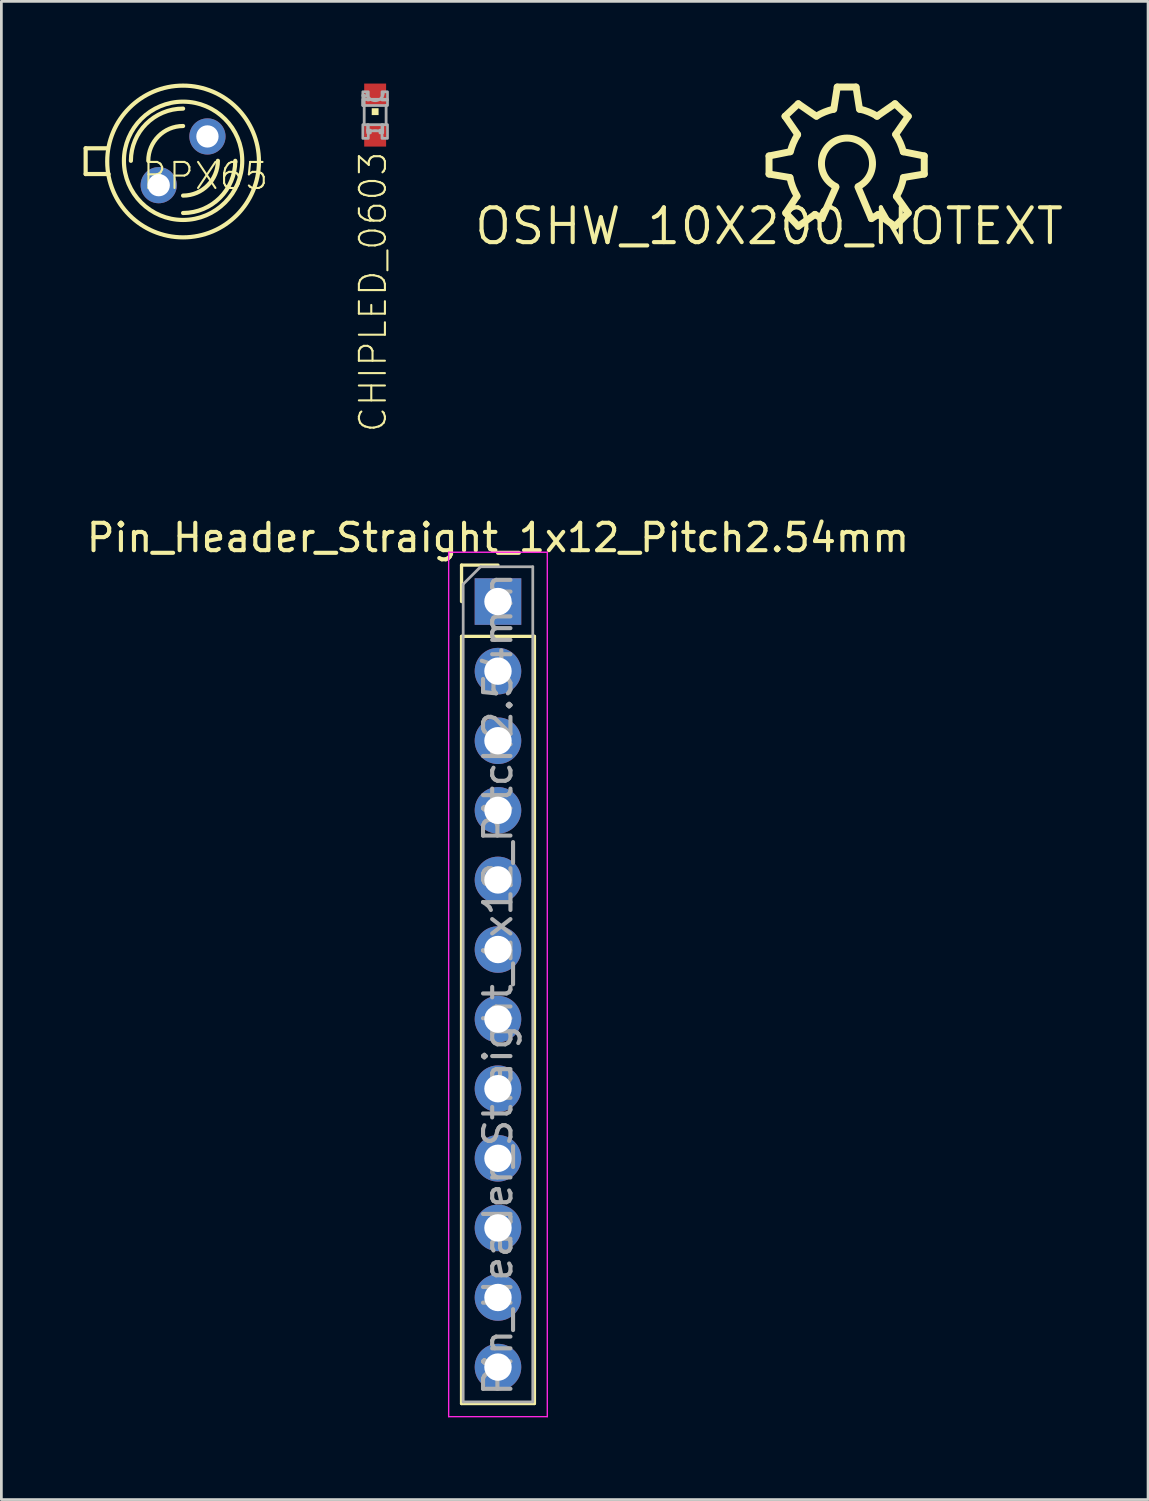
<source format=kicad_pcb>
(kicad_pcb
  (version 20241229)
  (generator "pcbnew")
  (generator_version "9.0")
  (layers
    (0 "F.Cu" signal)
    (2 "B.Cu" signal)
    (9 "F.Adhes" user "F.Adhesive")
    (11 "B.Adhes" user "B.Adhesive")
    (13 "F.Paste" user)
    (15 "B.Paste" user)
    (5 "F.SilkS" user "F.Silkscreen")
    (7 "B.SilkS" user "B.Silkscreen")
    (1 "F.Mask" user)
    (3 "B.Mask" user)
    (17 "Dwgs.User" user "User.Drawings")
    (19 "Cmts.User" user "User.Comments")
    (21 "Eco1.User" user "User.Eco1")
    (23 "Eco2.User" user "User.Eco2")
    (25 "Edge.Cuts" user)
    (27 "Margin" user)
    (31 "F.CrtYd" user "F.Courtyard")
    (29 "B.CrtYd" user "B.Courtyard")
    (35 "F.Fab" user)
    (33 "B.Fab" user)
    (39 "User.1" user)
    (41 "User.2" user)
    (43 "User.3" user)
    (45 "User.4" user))
  (footprint "OSHW_10X200_NOTEXT"
    (layer "F.Cu")
    (at 25.018 5.207)
    (property "Reference" "OSHW_10X200_NOTEXT" (at 0 0 0) (layer "F.SilkS") (effects (font (size 1.27 1.27) (thickness 0.15))))
    (attr through_hole)
    (fp_line (start 0 -2.565) (end 0.762 -2.718) (stroke (width 0.254) (type solid)) (layer "F.SilkS"))
    (fp_line (start 0 -1.905) (end 0 -2.565) (stroke (width 0.254) (type solid)) (layer "F.SilkS"))
    (fp_line (start 0.584 -4.013) (end 1.067 -4.47) (stroke (width 0.254) (type solid)) (layer "F.SilkS"))
    (fp_line (start 0.61 -0.483) (end 1.016 -1.092) (stroke (width 0.254) (type solid)) (layer "F.SilkS"))
    (fp_line (start 0.762 -1.778) (end 0 -1.905) (stroke (width 0.254) (type solid)) (layer "F.SilkS"))
    (fp_line (start 1.041 -3.353) (end 0.584 -4.013) (stroke (width 0.254) (type solid)) (layer "F.SilkS"))
    (fp_line (start 1.067 -4.47) (end 1.727 -4.013) (stroke (width 0.254) (type solid)) (layer "F.SilkS"))
    (fp_line (start 1.067 0) (end 0.61 -0.483) (stroke (width 0.254) (type solid)) (layer "F.SilkS"))
    (fp_line (start 1.676 -0.432) (end 1.067 0) (stroke (width 0.254) (type solid)) (layer "F.SilkS"))
    (fp_line (start 1.93 -0.279) (end 1.676 -0.432) (stroke (width 0.254) (type solid)) (layer "F.SilkS"))
    (fp_line (start 2.362 -4.267) (end 2.489 -5.08) (stroke (width 0.254) (type solid)) (layer "F.SilkS"))
    (fp_line (start 2.438 -1.422) (end 1.93 -0.279) (stroke (width 0.254) (type solid)) (layer "F.SilkS"))
    (fp_line (start 2.489 -5.08) (end 3.175 -5.08) (stroke (width 0.254) (type solid)) (layer "F.SilkS"))
    (fp_line (start 3.175 -5.08) (end 3.302 -4.267) (stroke (width 0.254) (type solid)) (layer "F.SilkS"))
    (fp_line (start 3.734 -0.279) (end 3.251 -1.422) (stroke (width 0.254) (type solid)) (layer "F.SilkS"))
    (fp_line (start 3.937 -4.013) (end 4.597 -4.47) (stroke (width 0.254) (type solid)) (layer "F.SilkS"))
    (fp_line (start 3.988 -0.432) (end 3.734 -0.279) (stroke (width 0.254) (type solid)) (layer "F.SilkS"))
    (fp_line (start 4.597 -4.47) (end 5.08 -4.013) (stroke (width 0.254) (type solid)) (layer "F.SilkS"))
    (fp_line (start 4.597 0) (end 3.988 -0.432) (stroke (width 0.254) (type solid)) (layer "F.SilkS"))
    (fp_line (start 4.648 -1.092) (end 5.08 -0.483) (stroke (width 0.254) (type solid)) (layer "F.SilkS"))
    (fp_line (start 4.902 -2.718) (end 5.664 -2.565) (stroke (width 0.254) (type solid)) (layer "F.SilkS"))
    (fp_line (start 5.08 -4.013) (end 4.623 -3.353) (stroke (width 0.254) (type solid)) (layer "F.SilkS"))
    (fp_line (start 5.08 -0.483) (end 4.597 0) (stroke (width 0.254) (type solid)) (layer "F.SilkS"))
    (fp_line (start 5.664 -2.565) (end 5.664 -1.905) (stroke (width 0.254) (type solid)) (layer "F.SilkS"))
    (fp_line (start 5.664 -1.905) (end 4.902 -1.778) (stroke (width 0.254) (type solid)) (layer "F.SilkS"))
    (fp_arc (start 0.7779 -2.7179) (mid 0.885744 -3.039218) (end 1.0435 -3.3392) (stroke (width 0.254) (type solid)) (layer "F.SilkS"))
    (fp_arc (start 1.0245 -1.1004) (mid 0.865117 -1.425978) (end 0.7637 -1.774) (stroke (width 0.254) (type solid)) (layer "F.SilkS"))
    (fp_arc (start 1.736 -4.0223) (mid 2.029987 -4.16927) (end 2.3432 -4.2689) (stroke (width 0.254) (type solid)) (layer "F.SilkS"))
    (fp_arc (start 2.4384 -1.4478) (mid 2.8448 -3.217524) (end 3.251199 -1.4478) (stroke (width 0.254) (type solid)) (layer "F.SilkS"))
    (fp_arc (start 3.3155 -4.2736) (mid 3.64128 -4.170999) (end 3.9464 -4.0175) (stroke (width 0.254) (type solid)) (layer "F.SilkS"))
    (fp_arc (start 4.6199 -3.3487) (mid 4.786428 -3.045111) (end 4.8997 -2.7179) (stroke (width 0.254) (type solid)) (layer "F.SilkS"))
    (fp_arc (start 4.9045 -1.7692) (mid 4.806636 -1.418653) (end 4.6484 -1.0909) (stroke (width 0.254) (type solid)) (layer "F.SilkS")))
  (footprint "CHIPLED_0603"
    (layer "F.Cu")
    (at 10.642 1.15)
    (property "Reference" "CHIPLED_0603" (at -0.635 1.27 90) (layer "F.SilkS") (effects (font (size 0.95 0.95) (thickness 0.076)) (justify right top)))
    (attr through_hole)
    (fp_poly (pts (xy -0.125 0) (xy 0.125 0) (xy 0.125 -0.25) (xy -0.125 -0.25)) (stroke (width 0) (type solid)) (fill yes) (layer "F.SilkS"))
    (fp_line (start -0.4 -0.375) (end -0.4 0.35) (stroke (width 0.102) (type solid)) (layer "F.Fab"))
    (fp_line (start 0.4 -0.35) (end 0.4 0.35) (stroke (width 0.102) (type solid)) (layer "F.Fab"))
    (fp_arc (start -0.275 0.825) (mid 0 0.55) (end 0.275 0.825) (stroke (width 0.0508) (type solid)) (layer "F.Fab"))
    (fp_arc (start 0.3 -0.825) (mid 0 -0.525) (end -0.3 -0.825) (stroke (width 0.1016) (type solid)) (layer "F.Fab"))
    (fp_circle (center -0.35 -0.625) (end -0.275 -0.625) (stroke (width 0.051) (type solid)) (fill no) (layer "F.Fab"))
    (fp_poly (pts (xy -0.45 -0.7) (xy -0.25 -0.7) (xy -0.25 -0.85) (xy -0.45 -0.85)) (stroke (width 0.1) (type solid)) (fill no) (layer "F.Fab"))
    (fp_poly (pts (xy -0.45 -0.35) (xy -0.4 -0.35) (xy -0.4 -0.725) (xy -0.45 -0.725)) (stroke (width 0.1) (type solid)) (fill no) (layer "F.Fab"))
    (fp_poly (pts (xy -0.45 -0.35) (xy 0.45 -0.35) (xy 0.45 -0.575) (xy -0.45 -0.575)) (stroke (width 0.1) (type solid)) (fill no) (layer "F.Fab"))
    (fp_poly (pts (xy -0.45 0.85) (xy -0.25 0.85) (xy -0.25 0.35) (xy -0.45 0.35)) (stroke (width 0.1) (type solid)) (fill no) (layer "F.Fab"))
    (fp_poly (pts (xy -0.275 -0.55) (xy -0.225 -0.55) (xy -0.225 -0.6) (xy -0.275 -0.6)) (stroke (width 0.1) (type solid)) (fill no) (layer "F.Fab"))
    (fp_poly (pts (xy -0.275 0.575) (xy 0.275 0.575) (xy 0.275 0.35) (xy -0.275 0.35)) (stroke (width 0.1) (type solid)) (fill no) (layer "F.Fab"))
    (fp_poly (pts (xy -0.275 0.65) (xy -0.175 0.65) (xy -0.175 0.55) (xy -0.275 0.55)) (stroke (width 0.1) (type solid)) (fill no) (layer "F.Fab"))
    (fp_poly (pts (xy 0.175 0.65) (xy 0.275 0.65) (xy 0.275 0.55) (xy 0.175 0.55)) (stroke (width 0.1) (type solid)) (fill no) (layer "F.Fab"))
    (fp_poly (pts (xy 0.25 -0.55) (xy 0.45 -0.55) (xy 0.45 -0.85) (xy 0.25 -0.85)) (stroke (width 0.1) (type solid)) (fill no) (layer "F.Fab"))
    (fp_poly (pts (xy 0.25 0.85) (xy 0.45 0.85) (xy 0.45 0.35) (xy 0.25 0.35)) (stroke (width 0.1) (type solid)) (fill no) (layer "F.Fab"))
    (pad "A" smd rect (at 0 0.75) (size 0.8 0.8) (layers "F.Cu" "F.Mask" "F.Paste"))
    (pad "C" smd rect (at 0 -0.75) (size 0.8 0.8) (layers "F.Cu" "F.Mask" "F.Paste")))
  (footprint "BPX65"
    (layer "F.Cu")
    (at 3.632 2.819)
    (property "Reference" "BPX65" (at 3.175 0 180) (layer "F.SilkS") (effects (font (size 0.95 0.95) (thickness 0.076)) (justify right top)))
    (attr through_hole)
    (fp_line (start -3.556 -0.457) (end -3.556 0.483) (stroke (width 0.152) (type solid)) (layer "F.SilkS"))
    (fp_line (start -3.556 0.483) (end -2.718 0.483) (stroke (width 0.152) (type solid)) (layer "F.SilkS"))
    (fp_line (start -2.743 -0.457) (end -3.556 -0.457) (stroke (width 0.152) (type solid)) (layer "F.SilkS"))
    (fp_arc (start -1.905 0) (mid -1.347038 -1.347038) (end 0 -1.905) (stroke (width 0.1524) (type solid)) (layer "F.SilkS"))
    (fp_arc (start -1.27 0) (mid -0.898026 -0.898026) (end 0 -1.27) (stroke (width 0.1524) (type solid)) (layer "F.SilkS"))
    (fp_arc (start 1.27 0) (mid 0.898026 0.898026) (end 0 1.27) (stroke (width 0.1524) (type solid)) (layer "F.SilkS"))
    (fp_arc (start 1.905 0) (mid 1.347038 1.347038) (end 0 1.905) (stroke (width 0.1524) (type solid)) (layer "F.SilkS"))
    (fp_circle (center 0 0) (end 2.159 0) (stroke (width 0.152) (type solid)) (fill no) (layer "F.SilkS"))
    (fp_circle (center 0 0.025) (end 2.769 0.025) (stroke (width 0.152) (type solid)) (fill no) (layer "F.SilkS"))
    (pad "A" thru_hole circle (at -0.889 0.889) (size 1.321 1.321) (drill 0.813) (layers "*.Cu" "*.Mask"))
    (pad "K" thru_hole circle (at 0.889 -0.889) (size 1.321 1.321) (drill 0.813) (layers "*.Cu" "*.Mask")))
  (footprint "Pin_Header_Straight_1x12_Pitch2.54mm"
    (layer "F.Cu")
    (at 15.125 18.905)
    (property "Reference" "Pin_Header_Straight_1x12_Pitch2.54mm" (at 0 -2.33 0) (layer "F.SilkS") (effects (font (size 1 1) (thickness 0.15))))
    (attr through_hole)
    (fp_line (start -1.33 -1.33) (end 0 -1.33) (stroke (width 0.12) (type solid)) (layer "F.SilkS"))
    (fp_line (start -1.33 0) (end -1.33 -1.33) (stroke (width 0.12) (type solid)) (layer "F.SilkS"))
    (fp_line (start -1.33 1.27) (end -1.33 29.27) (stroke (width 0.12) (type solid)) (layer "F.SilkS"))
    (fp_line (start -1.33 1.27) (end 1.33 1.27) (stroke (width 0.12) (type solid)) (layer "F.SilkS"))
    (fp_line (start -1.33 29.27) (end 1.33 29.27) (stroke (width 0.12) (type solid)) (layer "F.SilkS"))
    (fp_line (start 1.33 1.27) (end 1.33 29.27) (stroke (width 0.12) (type solid)) (layer "F.SilkS"))
    (fp_line (start -1.8 -1.8) (end -1.8 29.75) (stroke (width 0.05) (type solid)) (layer "F.CrtYd"))
    (fp_line (start -1.8 29.75) (end 1.8 29.75) (stroke (width 0.05) (type solid)) (layer "F.CrtYd"))
    (fp_line (start 1.8 -1.8) (end -1.8 -1.8) (stroke (width 0.05) (type solid)) (layer "F.CrtYd"))
    (fp_line (start 1.8 29.75) (end 1.8 -1.8) (stroke (width 0.05) (type solid)) (layer "F.CrtYd"))
    (fp_line (start -1.27 -0.635) (end -0.635 -1.27) (stroke (width 0.1) (type solid)) (layer "F.Fab"))
    (fp_line (start -1.27 29.21) (end -1.27 -0.635) (stroke (width 0.1) (type solid)) (layer "F.Fab"))
    (fp_line (start -0.635 -1.27) (end 1.27 -1.27) (stroke (width 0.1) (type solid)) (layer "F.Fab"))
    (fp_line (start 1.27 -1.27) (end 1.27 29.21) (stroke (width 0.1) (type solid)) (layer "F.Fab"))
    (fp_line (start 1.27 29.21) (end -1.27 29.21) (stroke (width 0.1) (type solid)) (layer "F.Fab"))
    (fp_text user "${REFERENCE}" (at 0 13.97 90) (layer "F.Fab") (effects (font (size 1 1) (thickness 0.15))))
    (pad "1" thru_hole rect (at 0 0) (size 1.7 1.7) (drill 1) (layers "*.Cu" "*.Mask"))
    (pad "2" thru_hole oval (at 0 2.54) (size 1.7 1.7) (drill 1) (layers "*.Cu" "*.Mask"))
    (pad "3" thru_hole oval (at 0 5.08) (size 1.7 1.7) (drill 1) (layers "*.Cu" "*.Mask"))
    (pad "4" thru_hole oval (at 0 7.62) (size 1.7 1.7) (drill 1) (layers "*.Cu" "*.Mask"))
    (pad "5" thru_hole oval (at 0 10.16) (size 1.7 1.7) (drill 1) (layers "*.Cu" "*.Mask"))
    (pad "6" thru_hole oval (at 0 12.7) (size 1.7 1.7) (drill 1) (layers "*.Cu" "*.Mask"))
    (pad "7" thru_hole oval (at 0 15.24) (size 1.7 1.7) (drill 1) (layers "*.Cu" "*.Mask"))
    (pad "8" thru_hole oval (at 0 17.78) (size 1.7 1.7) (drill 1) (layers "*.Cu" "*.Mask"))
    (pad "9" thru_hole oval (at 0 20.32) (size 1.7 1.7) (drill 1) (layers "*.Cu" "*.Mask"))
    (pad "10" thru_hole oval (at 0 22.86) (size 1.7 1.7) (drill 1) (layers "*.Cu" "*.Mask"))
    (pad "11" thru_hole oval (at 0 25.4) (size 1.7 1.7) (drill 1) (layers "*.Cu" "*.Mask"))
    (pad "12" thru_hole oval (at 0 27.94) (size 1.7 1.7) (drill 1) (layers "*.Cu" "*.Mask")))
  (gr_rect
    (start -3 -3)
    (end 38.851 51.68)
    (stroke (width 0.1) (type default))
    (fill no)
    (layer "Edge.Cuts")))
</source>
